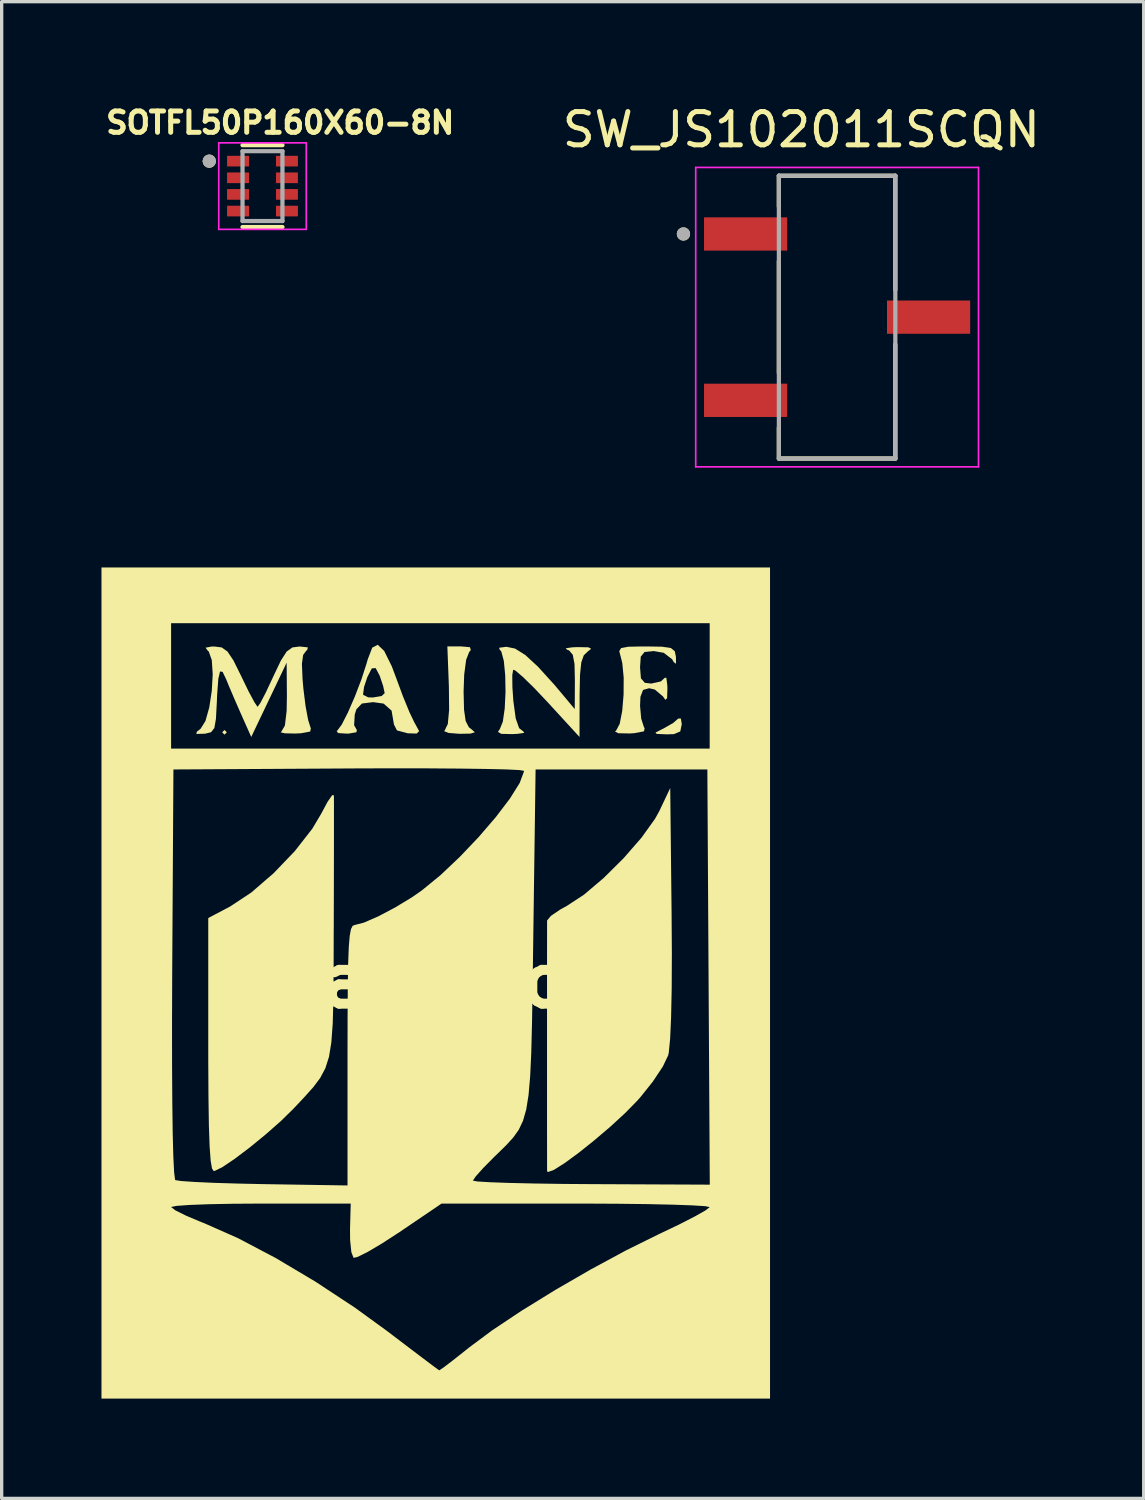
<source format=kicad_pcb>
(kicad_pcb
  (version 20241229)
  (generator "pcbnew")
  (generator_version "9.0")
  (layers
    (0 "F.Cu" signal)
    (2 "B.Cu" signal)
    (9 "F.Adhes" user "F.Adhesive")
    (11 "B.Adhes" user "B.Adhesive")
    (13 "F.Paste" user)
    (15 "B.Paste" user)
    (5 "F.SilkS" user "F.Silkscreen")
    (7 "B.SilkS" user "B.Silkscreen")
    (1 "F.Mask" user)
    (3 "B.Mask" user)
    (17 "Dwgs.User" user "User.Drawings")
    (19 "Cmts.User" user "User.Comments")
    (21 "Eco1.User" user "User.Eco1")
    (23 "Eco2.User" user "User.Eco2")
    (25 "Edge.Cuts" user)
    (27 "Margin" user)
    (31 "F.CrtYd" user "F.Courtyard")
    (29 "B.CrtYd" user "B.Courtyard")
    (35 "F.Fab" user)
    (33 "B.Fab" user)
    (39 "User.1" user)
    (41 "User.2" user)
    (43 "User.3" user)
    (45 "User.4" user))
  (footprint "SOTFL50P160X60-8N"
    (layer "F.Cu")
    (at 4.84 2.544)
    (property "Reference" "SOTFL50P160X60-8N" (at 0.532 -1.906 0) (layer "F.SilkS") (effects (font (size 0.64 0.64) (thickness 0.15))))
    (attr smd)
    (fp_line (start -0.6 -1.23) (end 0.6 -1.23) (stroke (width 0.127) (type solid)) (layer "F.SilkS"))
    (fp_line (start -0.6 1.23) (end 0.6 1.23) (stroke (width 0.127) (type solid)) (layer "F.SilkS"))
    (fp_circle (center -1.6 -0.75) (end -1.5 -0.75) (stroke (width 0.2) (type solid)) (fill no) (layer "F.SilkS"))
    (fp_line (start -1.315 -1.3) (end -1.315 1.3) (stroke (width 0.05) (type solid)) (layer "F.CrtYd"))
    (fp_line (start -1.315 1.3) (end 1.315 1.3) (stroke (width 0.05) (type solid)) (layer "F.CrtYd"))
    (fp_line (start 1.315 -1.3) (end -1.315 -1.3) (stroke (width 0.05) (type solid)) (layer "F.CrtYd"))
    (fp_line (start 1.315 1.3) (end 1.315 -1.3) (stroke (width 0.05) (type solid)) (layer "F.CrtYd"))
    (fp_line (start -0.6 -1.05) (end -0.6 1.05) (stroke (width 0.127) (type solid)) (layer "F.Fab"))
    (fp_line (start -0.6 1.05) (end 0.6 1.05) (stroke (width 0.127) (type solid)) (layer "F.Fab"))
    (fp_line (start 0.6 -1.05) (end -0.6 -1.05) (stroke (width 0.127) (type solid)) (layer "F.Fab"))
    (fp_line (start 0.6 1.05) (end 0.6 -1.05) (stroke (width 0.127) (type solid)) (layer "F.Fab"))
    (fp_circle (center -1.6 -0.75) (end -1.5 -0.75) (stroke (width 0.2) (type solid)) (fill no) (layer "F.Fab"))
    (pad "1" smd roundrect (at -0.735 -0.75) (size 0.66 0.32) (layers "F.Cu" "F.Mask" "F.Paste") (roundrect_rratio 0.04))
    (pad "2" smd roundrect (at -0.735 -0.25) (size 0.66 0.32) (layers "F.Cu" "F.Mask" "F.Paste") (roundrect_rratio 0.04))
    (pad "3" smd roundrect (at -0.735 0.25) (size 0.66 0.32) (layers "F.Cu" "F.Mask" "F.Paste") (roundrect_rratio 0.04))
    (pad "4" smd roundrect (at -0.735 0.75) (size 0.66 0.32) (layers "F.Cu" "F.Mask" "F.Paste") (roundrect_rratio 0.04))
    (pad "5" smd roundrect (at 0.735 0.75) (size 0.66 0.32) (layers "F.Cu" "F.Mask" "F.Paste") (roundrect_rratio 0.04))
    (pad "6" smd roundrect (at 0.735 0.25) (size 0.66 0.32) (layers "F.Cu" "F.Mask" "F.Paste") (roundrect_rratio 0.04))
    (pad "7" smd roundrect (at 0.735 -0.25) (size 0.66 0.32) (layers "F.Cu" "F.Mask" "F.Paste") (roundrect_rratio 0.04))
    (pad "8" smd roundrect (at 0.735 -0.75) (size 0.66 0.32) (layers "F.Cu" "F.Mask" "F.Paste") (roundrect_rratio 0.04)))
  (footprint "SW_JS102011SCQN"
    (layer "F.Cu")
    (at 22.112 6.483)
    (property "Reference" "SW_JS102011SCQN" (at -1.075 -5.635 0) (layer "F.SilkS") (effects (font (size 1 1) (thickness 0.15))))
    (attr smd)
    (fp_line (start -1.75 -4.25) (end 1.75 -4.25) (stroke (width 0.127) (type solid)) (layer "F.SilkS"))
    (fp_line (start -1.75 -3.32) (end -1.75 -4.25) (stroke (width 0.127) (type solid)) (layer "F.SilkS"))
    (fp_line (start -1.75 -1.68) (end -1.75 1.68) (stroke (width 0.127) (type solid)) (layer "F.SilkS"))
    (fp_line (start -1.75 4.25) (end -1.75 3.32) (stroke (width 0.127) (type solid)) (layer "F.SilkS"))
    (fp_line (start 1.75 -4.25) (end 1.75 -0.82) (stroke (width 0.127) (type solid)) (layer "F.SilkS"))
    (fp_line (start 1.75 0.82) (end 1.75 4.25) (stroke (width 0.127) (type solid)) (layer "F.SilkS"))
    (fp_line (start 1.75 4.25) (end -1.75 4.25) (stroke (width 0.127) (type solid)) (layer "F.SilkS"))
    (fp_circle (center -4.619 -2.5) (end -4.519 -2.5) (stroke (width 0.2) (type solid)) (fill no) (layer "F.SilkS"))
    (fp_line (start -4.25 -4.5) (end -4.25 4.5) (stroke (width 0.05) (type solid)) (layer "F.CrtYd"))
    (fp_line (start -4.25 4.5) (end 4.25 4.5) (stroke (width 0.05) (type solid)) (layer "F.CrtYd"))
    (fp_line (start 4.25 -4.5) (end -4.25 -4.5) (stroke (width 0.05) (type solid)) (layer "F.CrtYd"))
    (fp_line (start 4.25 4.5) (end 4.25 -4.5) (stroke (width 0.05) (type solid)) (layer "F.CrtYd"))
    (fp_line (start -1.75 -4.25) (end 1.75 -4.25) (stroke (width 0.127) (type solid)) (layer "F.Fab"))
    (fp_line (start -1.75 4.25) (end -1.75 -4.25) (stroke (width 0.127) (type solid)) (layer "F.Fab"))
    (fp_line (start 1.75 -4.25) (end 1.75 4.25) (stroke (width 0.127) (type solid)) (layer "F.Fab"))
    (fp_line (start 1.75 4.25) (end -1.75 4.25) (stroke (width 0.127) (type solid)) (layer "F.Fab"))
    (fp_circle (center -4.619 -2.5) (end -4.519 -2.5) (stroke (width 0.2) (type solid)) (fill no) (layer "F.Fab"))
    (pad "1" smd rect (at -2.75 -2.5) (size 2.5 1) (layers "F.Cu" "F.Mask" "F.Paste"))
    (pad "2" smd rect (at 2.75 0) (size 2.5 1) (layers "F.Cu" "F.Mask" "F.Paste"))
    (pad "3" smd rect (at -2.75 2.5) (size 2.5 1) (layers "F.Cu" "F.Mask" "F.Paste")))
  (footprint "UMaineLogo"
    (layer "F.Cu")
    (at 10.048 26.429)
    (property "Reference" "UMaineLogo" (at 0 0 0) (layer "F.SilkS") (effects (font (size 1.524 1.524) (thickness 0.3))))
    (attr board_only exclude_from_pos_files exclude_from_bom)
    (fp_poly (pts (xy -6.28 -7.466) (xy -6.35 -7.397) (xy -6.42 -7.466) (xy -6.35 -7.536)) (stroke (width 0) (type solid)) (fill yes) (layer "F.SilkS"))
    (fp_poly (pts (xy 7.368 -7.881) (xy 7.395 -7.711) (xy 7.35 -7.493) (xy 7.159 -7.412) (xy 6.943 -7.406) (xy 6.644 -7.418) (xy 6.603 -7.458) (xy 6.8 -7.559) (xy 6.838 -7.577) (xy 7.136 -7.747) (xy 7.29 -7.881)) (stroke (width 0) (type solid)) (fill yes) (layer "F.SilkS"))
    (fp_poly (pts (xy 0.761 -10.049) (xy 1.028 -10.025) (xy 1.054 -9.939) (xy 1.005 -9.881) (xy 0.914 -9.649) (xy 0.855 -9.204) (xy 0.837 -8.702) (xy 0.85 -8.147) (xy 0.899 -7.807) (xy 0.996 -7.618) (xy 1.082 -7.552) (xy 1.175 -7.468) (xy 1.044 -7.428) (xy 0.717 -7.422) (xy 0.39 -7.447) (xy 0.253 -7.5) (xy 0.274 -7.533) (xy 0.363 -7.718) (xy 0.402 -8.145) (xy 0.395 -8.831) (xy 0.395 -8.842) (xy 0.349 -10.049)) (stroke (width 0) (type solid)) (fill yes) (layer "F.SilkS"))
    (fp_poly (pts (xy -3.062 -5.575) (xy -3.06 -5.387) (xy -3.06 -4.958) (xy -3.06 -4.326) (xy -3.061 -3.529) (xy -3.063 -2.606) (xy -3.066 -1.595) (xy -3.067 -1.535) (xy -3.07 -0.365) (xy -3.077 0.564) (xy -3.097 1.289) (xy -3.138 1.85) (xy -3.208 2.284) (xy -3.317 2.628) (xy -3.472 2.921) (xy -3.682 3.201) (xy -3.956 3.506) (xy -4.28 3.85) (xy -4.654 4.217) (xy -5.112 4.62) (xy -5.597 5.017) (xy -6.053 5.361) (xy -6.425 5.61) (xy -6.655 5.72) (xy -6.673 5.722) (xy -6.725 5.647) (xy -6.766 5.409) (xy -6.797 4.985) (xy -6.819 4.355) (xy -6.832 3.496) (xy -6.838 2.388) (xy -6.838 1.919) (xy -6.838 -1.885) (xy -6.178 -2.233) (xy -5.547 -2.65) (xy -4.874 -3.231) (xy -4.236 -3.897) (xy -3.711 -4.569) (xy -3.445 -5.017) (xy -3.251 -5.379) (xy -3.113 -5.577)) (stroke (width 0) (type solid)) (fill yes) (layer "F.SilkS"))
    (fp_poly (pts (xy 7.089 -2.024) (xy 7.097 -0.811) (xy 7.092 0.24) (xy 7.074 1.103) (xy 7.045 1.75) (xy 7.005 2.155) (xy 6.987 2.242) (xy 6.824 2.583) (xy 6.523 3.035) (xy 6.144 3.509) (xy 6.069 3.594) (xy 5.697 3.974) (xy 5.247 4.388) (xy 4.764 4.799) (xy 4.292 5.176) (xy 3.873 5.483) (xy 3.551 5.686) (xy 3.371 5.751) (xy 3.347 5.724) (xy 3.346 5.551) (xy 3.346 5.138) (xy 3.345 4.523) (xy 3.345 3.744) (xy 3.345 2.841) (xy 3.345 1.954) (xy 3.345 0.971) (xy 3.345 0.079) (xy 3.345 -0.684) (xy 3.346 -1.279) (xy 3.346 -1.669) (xy 3.347 -1.811) (xy 3.462 -1.95) (xy 3.752 -2.146) (xy 3.943 -2.251) (xy 4.456 -2.587) (xy 5.047 -3.088) (xy 5.646 -3.682) (xy 6.184 -4.299) (xy 6.591 -4.867) (xy 6.72 -5.1) (xy 7.048 -5.792)) (stroke (width 0) (type solid)) (fill yes) (layer "F.SilkS"))
    (fp_poly (pts (xy -1.549 -9.912) (xy -1.321 -9.45) (xy -1.188 -9.096) (xy -0.986 -8.549) (xy -0.79 -8.071) (xy -0.638 -7.753) (xy -0.616 -7.716) (xy -0.5 -7.502) (xy -0.573 -7.43) (xy -0.838 -7.437) (xy -1.166 -7.524) (xy -1.256 -7.699) (xy -1.328 -8.119) (xy -1.568 -8.33) (xy -1.884 -8.374) (xy -2.219 -8.332) (xy -2.384 -8.161) (xy -2.435 -8.003) (xy -2.454 -7.679) (xy -2.372 -7.536) (xy -2.384 -7.469) (xy -2.613 -7.429) (xy -2.673 -7.427) (xy -2.933 -7.444) (xy -2.979 -7.504) (xy -2.96 -7.518) (xy -2.827 -7.697) (xy -2.639 -8.065) (xy -2.43 -8.546) (xy -2.411 -8.596) (xy -2.186 -8.596) (xy -2.03 -8.518) (xy -1.893 -8.513) (xy -1.627 -8.557) (xy -1.535 -8.644) (xy -1.581 -8.858) (xy -1.685 -9.167) (xy -1.806 -9.397) (xy -1.923 -9.388) (xy -2.056 -9.128) (xy -2.156 -8.827) (xy -2.186 -8.596) (xy -2.411 -8.596) (xy -2.232 -9.064) (xy -2.078 -9.541) (xy -2.048 -9.65) (xy -1.91 -10.011) (xy -1.744 -10.098)) (stroke (width 0) (type solid)) (fill yes) (layer "F.SilkS"))
    (fp_poly (pts (xy 6.803 -10.04) (xy 7.068 -10) (xy 7.185 -9.904) (xy 7.22 -9.734) (xy 7.221 -9.526) (xy 7.156 -9.575) (xy 7.103 -9.665) (xy 6.851 -9.857) (xy 6.552 -9.909) (xy 6.276 -9.881) (xy 6.162 -9.741) (xy 6.141 -9.42) (xy 6.167 -9.089) (xy 6.285 -8.954) (xy 6.478 -8.932) (xy 6.765 -8.996) (xy 6.886 -9.106) (xy 6.932 -9.104) (xy 6.96 -8.879) (xy 6.963 -8.792) (xy 6.954 -8.494) (xy 6.903 -8.442) (xy 6.827 -8.548) (xy 6.585 -8.752) (xy 6.413 -8.792) (xy 6.231 -8.74) (xy 6.153 -8.535) (xy 6.141 -8.262) (xy 6.175 -7.881) (xy 6.258 -7.62) (xy 6.279 -7.594) (xy 6.259 -7.496) (xy 5.969 -7.441) (xy 5.827 -7.432) (xy 5.487 -7.439) (xy 5.389 -7.491) (xy 5.425 -7.525) (xy 5.529 -7.722) (xy 5.605 -8.109) (xy 5.646 -8.601) (xy 5.649 -9.11) (xy 5.607 -9.548) (xy 5.561 -9.734) (xy 5.516 -9.905) (xy 5.571 -9.999) (xy 5.783 -10.039) (xy 6.206 -10.048) (xy 6.324 -10.048)) (stroke (width 0) (type solid)) (fill yes) (layer "F.SilkS"))
    (fp_poly (pts (xy 2.383 -9.984) (xy 2.689 -9.793) (xy 3.074 -9.438) (xy 3.569 -8.892) (xy 3.888 -8.513) (xy 4.178 -8.164) (xy 4.182 -9.026) (xy 4.171 -9.519) (xy 4.118 -9.798) (xy 4.008 -9.928) (xy 3.943 -9.952) (xy 3.909 -9.993) (xy 4.109 -10.022) (xy 4.257 -10.028) (xy 4.588 -10.022) (xy 4.672 -9.977) (xy 4.571 -9.898) (xy 4.449 -9.781) (xy 4.374 -9.565) (xy 4.336 -9.193) (xy 4.324 -8.604) (xy 4.324 -8.541) (xy 4.321 -7.327) (xy 3.361 -8.374) (xy 2.955 -8.803) (xy 2.618 -9.132) (xy 2.395 -9.322) (xy 2.327 -9.349) (xy 2.3 -9.183) (xy 2.304 -8.823) (xy 2.332 -8.414) (xy 2.403 -7.886) (xy 2.506 -7.592) (xy 2.636 -7.489) (xy 2.658 -7.449) (xy 2.451 -7.42) (xy 2.31 -7.413) (xy 1.97 -7.42) (xy 1.87 -7.479) (xy 1.926 -7.564) (xy 2.016 -7.786) (xy 2.073 -8.184) (xy 2.097 -8.676) (xy 2.088 -9.18) (xy 2.046 -9.614) (xy 1.971 -9.896) (xy 1.919 -9.956) (xy 1.907 -10.009) (xy 2.121 -10.037) (xy 2.125 -10.037)) (stroke (width 0) (type solid)) (fill yes) (layer "F.SilkS"))
    (fp_poly (pts (xy -4.088 -10.046) (xy -3.844 -10.02) (xy -3.863 -9.941) (xy -3.889 -9.924) (xy -3.986 -9.793) (xy -4.023 -9.525) (xy -4.004 -9.066) (xy -3.978 -8.774) (xy -3.913 -8.252) (xy -3.835 -7.835) (xy -3.762 -7.604) (xy -3.754 -7.594) (xy -3.773 -7.49) (xy -4.049 -7.438) (xy -4.224 -7.43) (xy -4.541 -7.437) (xy -4.665 -7.468) (xy -4.64 -7.489) (xy -4.535 -7.669) (xy -4.482 -8.108) (xy -4.474 -8.56) (xy -4.482 -9.56) (xy -5.014 -8.443) (xy -5.546 -7.327) (xy -5.857 -8.025) (xy -6.059 -8.487) (xy -6.233 -8.896) (xy -6.298 -9.056) (xy -6.407 -9.284) (xy -6.484 -9.295) (xy -6.536 -9.073) (xy -6.571 -8.597) (xy -6.581 -8.361) (xy -6.607 -7.872) (xy -6.655 -7.596) (xy -6.753 -7.47) (xy -6.926 -7.427) (xy -6.964 -7.424) (xy -7.197 -7.418) (xy -7.18 -7.487) (xy -7.07 -7.572) (xy -6.923 -7.806) (xy -6.808 -8.214) (xy -6.732 -8.713) (xy -6.704 -9.216) (xy -6.732 -9.638) (xy -6.823 -9.895) (xy -6.852 -9.92) (xy -6.921 -10.01) (xy -6.736 -10.045) (xy -6.657 -10.046) (xy -6.437 -10.019) (xy -6.261 -9.896) (xy -6.08 -9.625) (xy -5.845 -9.15) (xy -5.841 -9.141) (xy -5.626 -8.698) (xy -5.453 -8.375) (xy -5.358 -8.235) (xy -5.354 -8.234) (xy -5.271 -8.351) (xy -5.11 -8.66) (xy -4.905 -9.097) (xy -4.885 -9.141) (xy -4.657 -9.62) (xy -4.482 -9.894) (xy -4.31 -10.018) (xy -4.093 -10.046)) (stroke (width 0) (type solid)) (fill yes) (layer "F.SilkS"))
    (fp_poly (pts (xy 10.048 12.56) (xy -10.048 12.56) (xy -10.048 6.804) (xy -7.953 6.804) (xy -7.831 6.9) (xy -7.51 7.06) (xy -7.054 7.253) (xy -6.941 7.297) (xy -5.942 7.739) (xy -4.811 8.335) (xy -3.617 9.045) (xy -2.427 9.829) (xy -1.458 10.533) (xy -0.901 10.957) (xy -0.43 11.314) (xy -0.086 11.573) (xy 0.09 11.702) (xy 0.104 11.711) (xy 0.22 11.636) (xy 0.499 11.424) (xy 0.887 11.118) (xy 1.011 11.018) (xy 1.705 10.502) (xy 2.589 9.914) (xy 3.598 9.292) (xy 4.665 8.675) (xy 5.725 8.103) (xy 6.712 7.615) (xy 6.734 7.605) (xy 7.318 7.326) (xy 7.796 7.081) (xy 8.118 6.898) (xy 8.234 6.804) (xy 8.1 6.777) (xy 7.722 6.753) (xy 7.134 6.732) (xy 6.372 6.715) (xy 5.469 6.704) (xy 4.462 6.699) (xy 4.204 6.699) (xy 0.174 6.699) (xy -1.085 7.553) (xy -1.607 7.892) (xy -2.047 8.153) (xy -2.355 8.305) (xy -2.471 8.329) (xy -2.537 8.158) (xy -2.574 7.797) (xy -2.577 7.475) (xy -2.556 6.699) (xy -5.256 6.699) (xy -6.089 6.704) (xy -6.818 6.718) (xy -7.399 6.74) (xy -7.791 6.768) (xy -7.951 6.8) (xy -7.953 6.804) (xy -10.048 6.804) (xy -10.048 1.232) (xy -7.927 1.232) (xy -7.926 2.528) (xy -7.919 3.648) (xy -7.907 4.573) (xy -7.888 5.283) (xy -7.864 5.759) (xy -7.836 5.98) (xy -7.828 5.993) (xy -7.653 6.021) (xy -7.245 6.049) (xy -6.653 6.076) (xy -5.922 6.098) (xy -5.175 6.114) (xy -2.652 6.154) (xy -2.652 6.009) (xy 1.116 6.009) (xy 1.25 6.034) (xy 1.625 6.057) (xy 2.206 6.078) (xy 2.955 6.095) (xy 3.835 6.108) (xy 4.677 6.114) (xy 8.237 6.13) (xy 8.164 -6.35) (xy 3.001 -6.35) (xy 2.931 -1.256) (xy 2.912 0.12) (xy 2.894 1.247) (xy 2.871 2.156) (xy 2.838 2.876) (xy 2.789 3.439) (xy 2.719 3.874) (xy 2.622 4.212) (xy 2.494 4.482) (xy 2.327 4.716) (xy 2.118 4.944) (xy 1.861 5.196) (xy 1.756 5.297) (xy 1.425 5.632) (xy 1.195 5.89) (xy 1.116 6.009) (xy -2.652 6.009) (xy -2.652 2.24) (xy -2.65 1.081) (xy -2.644 0.172) (xy -2.633 -0.517) (xy -2.614 -1.014) (xy -2.586 -1.349) (xy -2.548 -1.551) (xy -2.498 -1.65) (xy -2.438 -1.675) (xy -2.158 -1.747) (xy -1.725 -1.936) (xy -1.219 -2.203) (xy -0.717 -2.507) (xy -0.419 -2.714) (xy 0.141 -3.172) (xy 0.723 -3.723) (xy 1.291 -4.32) (xy 1.806 -4.919) (xy 2.229 -5.475) (xy 2.523 -5.944) (xy 2.648 -6.28) (xy 2.65 -6.31) (xy 2.516 -6.332) (xy 2.133 -6.351) (xy 1.532 -6.365) (xy 0.743 -6.376) (xy -0.204 -6.383) (xy -1.277 -6.385) (xy -2.448 -6.381) (xy -2.617 -6.38) (xy -7.885 -6.35) (xy -7.922 -0.218) (xy -7.927 1.232) (xy -10.048 1.232) (xy -10.048 -6.978) (xy -7.955 -6.978) (xy 8.234 -6.978) (xy 8.234 -10.746) (xy -7.955 -10.746) (xy -7.955 -6.978) (xy -10.048 -6.978) (xy -10.048 -12.421) (xy 10.048 -12.421)) (stroke (width 0) (type solid)) (fill yes) (layer "F.SilkS")))
  (gr_rect
    (start -3 -3)
    (end 31.328 41.99)
    (stroke (width 0.1) (type default))
    (fill no)
    (layer "Edge.Cuts")))
</source>
